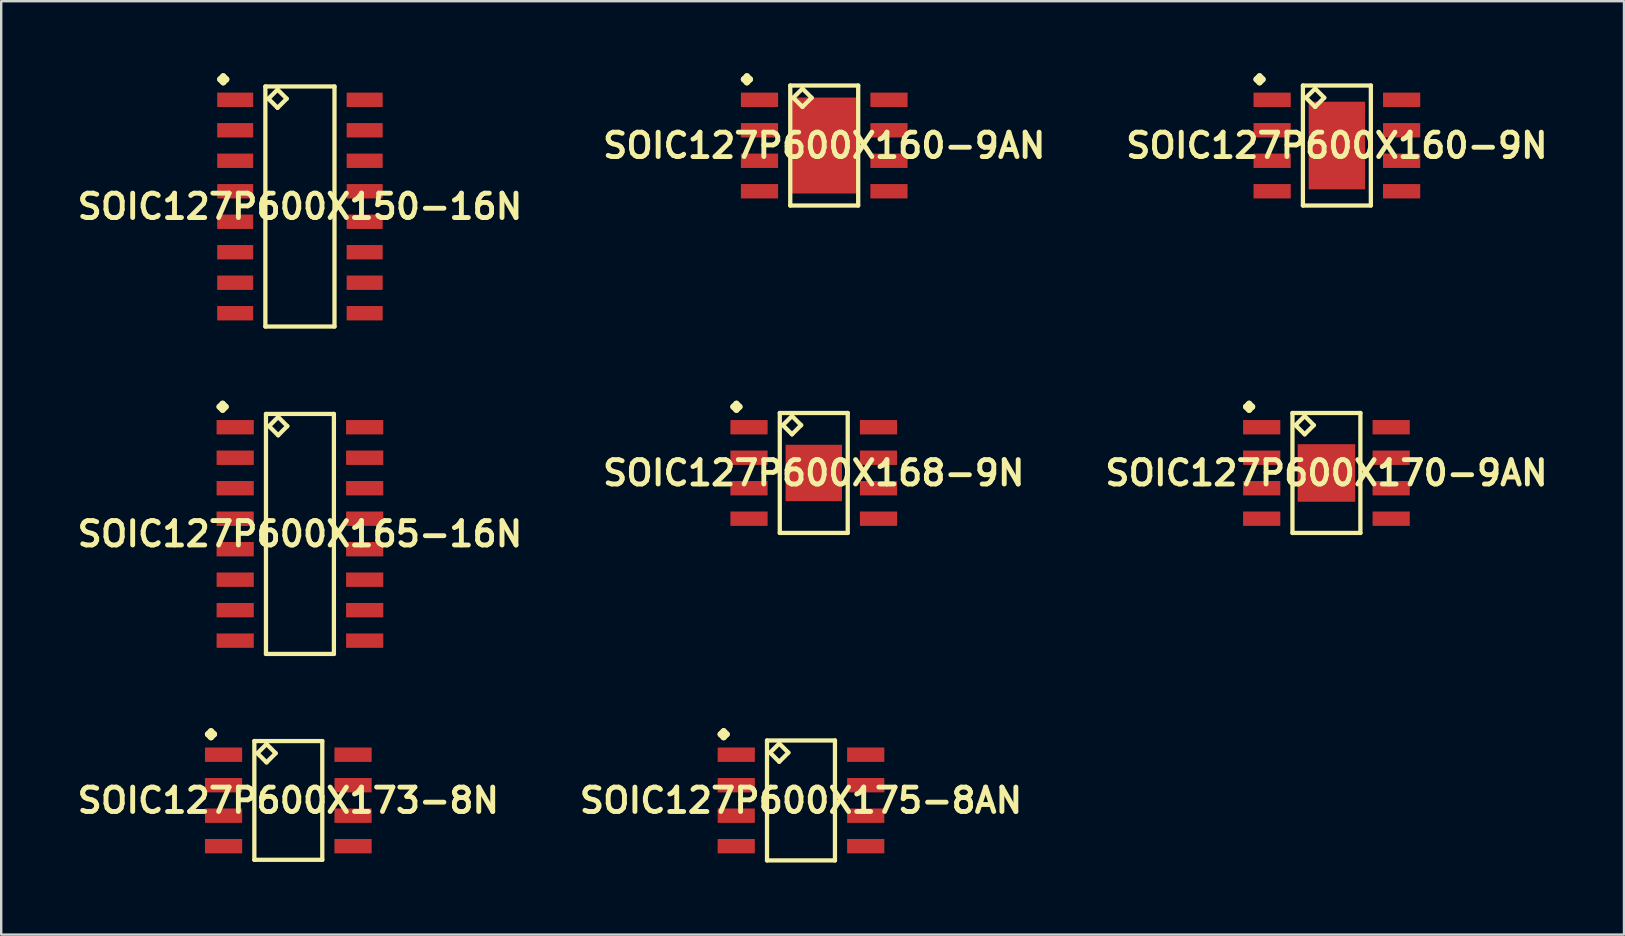
<source format=kicad_pcb>
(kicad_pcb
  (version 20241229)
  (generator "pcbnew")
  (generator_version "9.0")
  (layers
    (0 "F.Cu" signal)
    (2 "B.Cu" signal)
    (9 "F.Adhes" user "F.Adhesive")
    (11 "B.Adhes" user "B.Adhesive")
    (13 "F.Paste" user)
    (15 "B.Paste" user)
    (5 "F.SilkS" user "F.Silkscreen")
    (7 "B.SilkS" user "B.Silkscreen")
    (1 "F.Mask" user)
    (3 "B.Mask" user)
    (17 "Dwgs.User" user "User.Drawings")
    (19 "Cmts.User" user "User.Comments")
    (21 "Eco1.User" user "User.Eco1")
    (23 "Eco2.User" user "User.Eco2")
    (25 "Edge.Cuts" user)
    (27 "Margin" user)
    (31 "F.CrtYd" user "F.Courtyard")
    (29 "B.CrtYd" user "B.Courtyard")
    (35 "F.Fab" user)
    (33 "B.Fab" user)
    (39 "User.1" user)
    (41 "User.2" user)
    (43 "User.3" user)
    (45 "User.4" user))
  (footprint "SOIC127P600X168-9N"
    (layer "F.Cu")
    (at 30.848 16.652)
    (property "Reference" "SOIC127P600X168-9N" (at 0 0 0) (layer "F.SilkS") (effects (font (size 1.016 1.016) (thickness 0.203))))
    (attr smd)
    (fp_line (start -3.348 -2.758) (end -3.221 -2.885) (stroke (width 0.254) (type solid)) (layer "F.SilkS"))
    (fp_line (start -3.221 -2.885) (end -3.094 -2.758) (stroke (width 0.254) (type solid)) (layer "F.SilkS"))
    (fp_line (start -3.221 -2.631) (end -3.348 -2.758) (stroke (width 0.254) (type solid)) (layer "F.SilkS"))
    (fp_line (start -3.094 -2.758) (end -3.221 -2.631) (stroke (width 0.254) (type solid)) (layer "F.SilkS"))
    (fp_line (start -1.415 -2.499) (end -1.415 2.499) (stroke (width 0.178) (type solid)) (layer "F.SilkS"))
    (fp_line (start -1.415 2.499) (end 1.415 2.499) (stroke (width 0.178) (type solid)) (layer "F.SilkS"))
    (fp_line (start -1.288 -1.991) (end -0.907 -2.372) (stroke (width 0.178) (type solid)) (layer "F.SilkS"))
    (fp_line (start -0.907 -2.372) (end -0.526 -1.991) (stroke (width 0.178) (type solid)) (layer "F.SilkS"))
    (fp_line (start -0.907 -1.61) (end -1.288 -1.991) (stroke (width 0.178) (type solid)) (layer "F.SilkS"))
    (fp_line (start -0.526 -1.991) (end -0.907 -1.61) (stroke (width 0.178) (type solid)) (layer "F.SilkS"))
    (fp_line (start 1.415 -2.499) (end -1.415 -2.499) (stroke (width 0.178) (type solid)) (layer "F.SilkS"))
    (fp_line (start 1.415 2.499) (end 1.415 -2.499) (stroke (width 0.178) (type solid)) (layer "F.SilkS"))
    (pad "1" smd rect (at -2.697 -1.905) (size 1.549 0.599) (layers "F.Cu" "F.Mask" "F.Paste"))
    (pad "2" smd rect (at -2.697 -0.635) (size 1.549 0.599) (layers "F.Cu" "F.Mask" "F.Paste"))
    (pad "3" smd rect (at -2.697 0.635) (size 1.549 0.599) (layers "F.Cu" "F.Mask" "F.Paste"))
    (pad "4" smd rect (at -2.697 1.905) (size 1.549 0.599) (layers "F.Cu" "F.Mask" "F.Paste"))
    (pad "5" smd rect (at 2.697 1.905) (size 1.549 0.599) (layers "F.Cu" "F.Mask" "F.Paste"))
    (pad "6" smd rect (at 2.697 0.635) (size 1.549 0.599) (layers "F.Cu" "F.Mask" "F.Paste"))
    (pad "7" smd rect (at 2.697 -0.635) (size 1.549 0.599) (layers "F.Cu" "F.Mask" "F.Paste"))
    (pad "8" smd rect (at 2.697 -1.905) (size 1.549 0.599) (layers "F.Cu" "F.Mask" "F.Paste"))
    (pad "9" smd rect (at 0 0) (size 2.349 2.349) (layers "F.Cu" "F.Mask" "F.Paste")))
  (footprint "SOIC127P600X165-16N"
    (layer "F.Cu")
    (at 9.444 19.192)
    (property "Reference" "SOIC127P600X165-16N" (at 0 0 0) (layer "F.SilkS") (effects (font (size 1.016 1.016) (thickness 0.203))))
    (attr smd)
    (fp_line (start -3.348 -5.298) (end -3.221 -5.425) (stroke (width 0.254) (type solid)) (layer "F.SilkS"))
    (fp_line (start -3.221 -5.425) (end -3.094 -5.298) (stroke (width 0.254) (type solid)) (layer "F.SilkS"))
    (fp_line (start -3.221 -5.171) (end -3.348 -5.298) (stroke (width 0.254) (type solid)) (layer "F.SilkS"))
    (fp_line (start -3.094 -5.298) (end -3.221 -5.171) (stroke (width 0.254) (type solid)) (layer "F.SilkS"))
    (fp_line (start -1.415 -4.999) (end -1.415 4.999) (stroke (width 0.178) (type solid)) (layer "F.SilkS"))
    (fp_line (start -1.415 4.999) (end 1.415 4.999) (stroke (width 0.178) (type solid)) (layer "F.SilkS"))
    (fp_line (start -1.288 -4.491) (end -0.907 -4.872) (stroke (width 0.178) (type solid)) (layer "F.SilkS"))
    (fp_line (start -0.907 -4.872) (end -0.526 -4.491) (stroke (width 0.178) (type solid)) (layer "F.SilkS"))
    (fp_line (start -0.907 -4.11) (end -1.288 -4.491) (stroke (width 0.178) (type solid)) (layer "F.SilkS"))
    (fp_line (start -0.526 -4.491) (end -0.907 -4.11) (stroke (width 0.178) (type solid)) (layer "F.SilkS"))
    (fp_line (start 1.415 -4.999) (end -1.415 -4.999) (stroke (width 0.178) (type solid)) (layer "F.SilkS"))
    (fp_line (start 1.415 4.999) (end 1.415 -4.999) (stroke (width 0.178) (type solid)) (layer "F.SilkS"))
    (pad "1" smd rect (at -2.697 -4.445) (size 1.549 0.599) (layers "F.Cu" "F.Mask" "F.Paste"))
    (pad "2" smd rect (at -2.697 -3.175) (size 1.549 0.599) (layers "F.Cu" "F.Mask" "F.Paste"))
    (pad "3" smd rect (at -2.697 -1.905) (size 1.549 0.599) (layers "F.Cu" "F.Mask" "F.Paste"))
    (pad "4" smd rect (at -2.697 -0.635) (size 1.549 0.599) (layers "F.Cu" "F.Mask" "F.Paste"))
    (pad "5" smd rect (at -2.697 0.635) (size 1.549 0.599) (layers "F.Cu" "F.Mask" "F.Paste"))
    (pad "6" smd rect (at -2.697 1.905) (size 1.549 0.599) (layers "F.Cu" "F.Mask" "F.Paste"))
    (pad "7" smd rect (at -2.697 3.175) (size 1.549 0.599) (layers "F.Cu" "F.Mask" "F.Paste"))
    (pad "8" smd rect (at -2.697 4.445) (size 1.549 0.599) (layers "F.Cu" "F.Mask" "F.Paste"))
    (pad "9" smd rect (at 2.697 4.445) (size 1.549 0.599) (layers "F.Cu" "F.Mask" "F.Paste"))
    (pad "10" smd rect (at 2.697 3.175) (size 1.549 0.599) (layers "F.Cu" "F.Mask" "F.Paste"))
    (pad "11" smd rect (at 2.697 1.905) (size 1.549 0.599) (layers "F.Cu" "F.Mask" "F.Paste"))
    (pad "12" smd rect (at 2.697 0.635) (size 1.549 0.599) (layers "F.Cu" "F.Mask" "F.Paste"))
    (pad "13" smd rect (at 2.697 -0.635) (size 1.549 0.599) (layers "F.Cu" "F.Mask" "F.Paste"))
    (pad "14" smd rect (at 2.697 -1.905) (size 1.549 0.599) (layers "F.Cu" "F.Mask" "F.Paste"))
    (pad "15" smd rect (at 2.697 -3.175) (size 1.549 0.599) (layers "F.Cu" "F.Mask" "F.Paste"))
    (pad "16" smd rect (at 2.697 -4.445) (size 1.549 0.599) (layers "F.Cu" "F.Mask" "F.Paste")))
  (footprint "SOIC127P600X160-9N"
    (layer "F.Cu")
    (at 52.639 3.012)
    (property "Reference" "SOIC127P600X160-9N" (at 0 0 0) (layer "F.SilkS") (effects (font (size 1.016 1.016) (thickness 0.203))))
    (attr smd)
    (fp_line (start -3.348 -2.758) (end -3.221 -2.885) (stroke (width 0.254) (type solid)) (layer "F.SilkS"))
    (fp_line (start -3.221 -2.885) (end -3.094 -2.758) (stroke (width 0.254) (type solid)) (layer "F.SilkS"))
    (fp_line (start -3.221 -2.631) (end -3.348 -2.758) (stroke (width 0.254) (type solid)) (layer "F.SilkS"))
    (fp_line (start -3.094 -2.758) (end -3.221 -2.631) (stroke (width 0.254) (type solid)) (layer "F.SilkS"))
    (fp_line (start -1.415 -2.499) (end -1.415 2.499) (stroke (width 0.178) (type solid)) (layer "F.SilkS"))
    (fp_line (start -1.415 2.499) (end 1.415 2.499) (stroke (width 0.178) (type solid)) (layer "F.SilkS"))
    (fp_line (start -1.288 -1.991) (end -0.907 -2.372) (stroke (width 0.178) (type solid)) (layer "F.SilkS"))
    (fp_line (start -0.907 -2.372) (end -0.526 -1.991) (stroke (width 0.178) (type solid)) (layer "F.SilkS"))
    (fp_line (start -0.907 -1.61) (end -1.288 -1.991) (stroke (width 0.178) (type solid)) (layer "F.SilkS"))
    (fp_line (start -0.526 -1.991) (end -0.907 -1.61) (stroke (width 0.178) (type solid)) (layer "F.SilkS"))
    (fp_line (start 1.415 -2.499) (end -1.415 -2.499) (stroke (width 0.178) (type solid)) (layer "F.SilkS"))
    (fp_line (start 1.415 2.499) (end 1.415 -2.499) (stroke (width 0.178) (type solid)) (layer "F.SilkS"))
    (pad "1" smd rect (at -2.697 -1.905) (size 1.549 0.599) (layers "F.Cu" "F.Mask" "F.Paste"))
    (pad "2" smd rect (at -2.697 -0.635) (size 1.549 0.599) (layers "F.Cu" "F.Mask" "F.Paste"))
    (pad "3" smd rect (at -2.697 0.635) (size 1.549 0.599) (layers "F.Cu" "F.Mask" "F.Paste"))
    (pad "4" smd rect (at -2.697 1.905) (size 1.549 0.599) (layers "F.Cu" "F.Mask" "F.Paste"))
    (pad "5" smd rect (at 2.697 1.905) (size 1.549 0.599) (layers "F.Cu" "F.Mask" "F.Paste"))
    (pad "6" smd rect (at 2.697 0.635) (size 1.549 0.599) (layers "F.Cu" "F.Mask" "F.Paste"))
    (pad "7" smd rect (at 2.697 -0.635) (size 1.549 0.599) (layers "F.Cu" "F.Mask" "F.Paste"))
    (pad "8" smd rect (at 2.697 -1.905) (size 1.549 0.599) (layers "F.Cu" "F.Mask" "F.Paste"))
    (pad "9" smd rect (at 0 0) (size 2.349 3.65) (layers "F.Cu" "F.Mask" "F.Paste")))
  (footprint "SOIC127P600X160-9AN"
    (layer "F.Cu")
    (at 31.284 3.012)
    (property "Reference" "SOIC127P600X160-9AN" (at 0 0 0) (layer "F.SilkS") (effects (font (size 1.016 1.016) (thickness 0.203))))
    (attr smd)
    (fp_line (start -3.348 -2.758) (end -3.221 -2.885) (stroke (width 0.254) (type solid)) (layer "F.SilkS"))
    (fp_line (start -3.221 -2.885) (end -3.094 -2.758) (stroke (width 0.254) (type solid)) (layer "F.SilkS"))
    (fp_line (start -3.221 -2.631) (end -3.348 -2.758) (stroke (width 0.254) (type solid)) (layer "F.SilkS"))
    (fp_line (start -3.094 -2.758) (end -3.221 -2.631) (stroke (width 0.254) (type solid)) (layer "F.SilkS"))
    (fp_line (start -1.415 -2.499) (end -1.415 2.499) (stroke (width 0.178) (type solid)) (layer "F.SilkS"))
    (fp_line (start -1.415 2.499) (end 1.415 2.499) (stroke (width 0.178) (type solid)) (layer "F.SilkS"))
    (fp_line (start -1.288 -1.991) (end -0.907 -2.372) (stroke (width 0.178) (type solid)) (layer "F.SilkS"))
    (fp_line (start -0.907 -2.372) (end -0.526 -1.991) (stroke (width 0.178) (type solid)) (layer "F.SilkS"))
    (fp_line (start -0.907 -1.61) (end -1.288 -1.991) (stroke (width 0.178) (type solid)) (layer "F.SilkS"))
    (fp_line (start -0.526 -1.991) (end -0.907 -1.61) (stroke (width 0.178) (type solid)) (layer "F.SilkS"))
    (fp_line (start 1.415 -2.499) (end -1.415 -2.499) (stroke (width 0.178) (type solid)) (layer "F.SilkS"))
    (fp_line (start 1.415 2.499) (end 1.415 -2.499) (stroke (width 0.178) (type solid)) (layer "F.SilkS"))
    (pad "1" smd rect (at -2.697 -1.905) (size 1.549 0.599) (layers "F.Cu" "F.Mask" "F.Paste"))
    (pad "2" smd rect (at -2.697 -0.635) (size 1.549 0.599) (layers "F.Cu" "F.Mask" "F.Paste"))
    (pad "3" smd rect (at -2.697 0.635) (size 1.549 0.599) (layers "F.Cu" "F.Mask" "F.Paste"))
    (pad "4" smd rect (at -2.697 1.905) (size 1.549 0.599) (layers "F.Cu" "F.Mask" "F.Paste"))
    (pad "5" smd rect (at 2.697 1.905) (size 1.549 0.599) (layers "F.Cu" "F.Mask" "F.Paste"))
    (pad "6" smd rect (at 2.697 0.635) (size 1.549 0.599) (layers "F.Cu" "F.Mask" "F.Paste"))
    (pad "7" smd rect (at 2.697 -0.635) (size 1.549 0.599) (layers "F.Cu" "F.Mask" "F.Paste"))
    (pad "8" smd rect (at 2.697 -1.905) (size 1.549 0.599) (layers "F.Cu" "F.Mask" "F.Paste"))
    (pad "9" smd rect (at 0 0) (size 2.799 3.998) (layers "F.Cu" "F.Mask" "F.Paste")))
  (footprint "SOIC127P600X170-9AN"
    (layer "F.Cu")
    (at 52.204 16.652)
    (property "Reference" "SOIC127P600X170-9AN" (at 0 0 0) (layer "F.SilkS") (effects (font (size 1.016 1.016) (thickness 0.203))))
    (attr smd)
    (fp_line (start -3.348 -2.758) (end -3.221 -2.885) (stroke (width 0.254) (type solid)) (layer "F.SilkS"))
    (fp_line (start -3.221 -2.885) (end -3.094 -2.758) (stroke (width 0.254) (type solid)) (layer "F.SilkS"))
    (fp_line (start -3.221 -2.631) (end -3.348 -2.758) (stroke (width 0.254) (type solid)) (layer "F.SilkS"))
    (fp_line (start -3.094 -2.758) (end -3.221 -2.631) (stroke (width 0.254) (type solid)) (layer "F.SilkS"))
    (fp_line (start -1.415 -2.499) (end -1.415 2.499) (stroke (width 0.178) (type solid)) (layer "F.SilkS"))
    (fp_line (start -1.415 2.499) (end 1.415 2.499) (stroke (width 0.178) (type solid)) (layer "F.SilkS"))
    (fp_line (start -1.288 -1.991) (end -0.907 -2.372) (stroke (width 0.178) (type solid)) (layer "F.SilkS"))
    (fp_line (start -0.907 -2.372) (end -0.526 -1.991) (stroke (width 0.178) (type solid)) (layer "F.SilkS"))
    (fp_line (start -0.907 -1.61) (end -1.288 -1.991) (stroke (width 0.178) (type solid)) (layer "F.SilkS"))
    (fp_line (start -0.526 -1.991) (end -0.907 -1.61) (stroke (width 0.178) (type solid)) (layer "F.SilkS"))
    (fp_line (start 1.415 -2.499) (end -1.415 -2.499) (stroke (width 0.178) (type solid)) (layer "F.SilkS"))
    (fp_line (start 1.415 2.499) (end 1.415 -2.499) (stroke (width 0.178) (type solid)) (layer "F.SilkS"))
    (pad "1" smd rect (at -2.697 -1.905) (size 1.549 0.599) (layers "F.Cu" "F.Mask" "F.Paste"))
    (pad "2" smd rect (at -2.697 -0.635) (size 1.549 0.599) (layers "F.Cu" "F.Mask" "F.Paste"))
    (pad "3" smd rect (at -2.697 0.635) (size 1.549 0.599) (layers "F.Cu" "F.Mask" "F.Paste"))
    (pad "4" smd rect (at -2.697 1.905) (size 1.549 0.599) (layers "F.Cu" "F.Mask" "F.Paste"))
    (pad "5" smd rect (at 2.697 1.905) (size 1.549 0.599) (layers "F.Cu" "F.Mask" "F.Paste"))
    (pad "6" smd rect (at 2.697 0.635) (size 1.549 0.599) (layers "F.Cu" "F.Mask" "F.Paste"))
    (pad "7" smd rect (at 2.697 -0.635) (size 1.549 0.599) (layers "F.Cu" "F.Mask" "F.Paste"))
    (pad "8" smd rect (at 2.697 -1.905) (size 1.549 0.599) (layers "F.Cu" "F.Mask" "F.Paste"))
    (pad "9" smd rect (at 0 0) (size 2.398 2.398) (layers "F.Cu" "F.Mask" "F.Paste")))
  (footprint "SOIC127P600X173-8N"
    (layer "F.Cu")
    (at 8.96 30.293)
    (property "Reference" "SOIC127P600X173-8N" (at 0 0 0) (layer "F.SilkS") (effects (font (size 1.016 1.016) (thickness 0.203))))
    (attr smd)
    (fp_line (start -3.348 -2.758) (end -3.221 -2.885) (stroke (width 0.254) (type solid)) (layer "F.SilkS"))
    (fp_line (start -3.221 -2.885) (end -3.094 -2.758) (stroke (width 0.254) (type solid)) (layer "F.SilkS"))
    (fp_line (start -3.221 -2.631) (end -3.348 -2.758) (stroke (width 0.254) (type solid)) (layer "F.SilkS"))
    (fp_line (start -3.094 -2.758) (end -3.221 -2.631) (stroke (width 0.254) (type solid)) (layer "F.SilkS"))
    (fp_line (start -1.415 -2.474) (end -1.415 2.474) (stroke (width 0.178) (type solid)) (layer "F.SilkS"))
    (fp_line (start -1.415 2.474) (end 1.415 2.474) (stroke (width 0.178) (type solid)) (layer "F.SilkS"))
    (fp_line (start -1.288 -1.966) (end -0.907 -2.347) (stroke (width 0.178) (type solid)) (layer "F.SilkS"))
    (fp_line (start -0.907 -2.347) (end -0.526 -1.966) (stroke (width 0.178) (type solid)) (layer "F.SilkS"))
    (fp_line (start -0.907 -1.585) (end -1.288 -1.966) (stroke (width 0.178) (type solid)) (layer "F.SilkS"))
    (fp_line (start -0.526 -1.966) (end -0.907 -1.585) (stroke (width 0.178) (type solid)) (layer "F.SilkS"))
    (fp_line (start 1.415 -2.474) (end -1.415 -2.474) (stroke (width 0.178) (type solid)) (layer "F.SilkS"))
    (fp_line (start 1.415 2.474) (end 1.415 -2.474) (stroke (width 0.178) (type solid)) (layer "F.SilkS"))
    (pad "1" smd rect (at -2.697 -1.905) (size 1.549 0.599) (layers "F.Cu" "F.Mask" "F.Paste"))
    (pad "2" smd rect (at -2.697 -0.635) (size 1.549 0.599) (layers "F.Cu" "F.Mask" "F.Paste"))
    (pad "3" smd rect (at -2.697 0.635) (size 1.549 0.599) (layers "F.Cu" "F.Mask" "F.Paste"))
    (pad "4" smd rect (at -2.697 1.905) (size 1.549 0.599) (layers "F.Cu" "F.Mask" "F.Paste"))
    (pad "5" smd rect (at 2.697 1.905) (size 1.549 0.599) (layers "F.Cu" "F.Mask" "F.Paste"))
    (pad "6" smd rect (at 2.697 0.635) (size 1.549 0.599) (layers "F.Cu" "F.Mask" "F.Paste"))
    (pad "7" smd rect (at 2.697 -0.635) (size 1.549 0.599) (layers "F.Cu" "F.Mask" "F.Paste"))
    (pad "8" smd rect (at 2.697 -1.905) (size 1.549 0.599) (layers "F.Cu" "F.Mask" "F.Paste")))
  (footprint "SOIC127P600X175-8AN"
    (layer "F.Cu")
    (at 30.316 30.293)
    (property "Reference" "SOIC127P600X175-8AN" (at 0 0 0) (layer "F.SilkS") (effects (font (size 1.016 1.016) (thickness 0.203))))
    (attr smd)
    (fp_line (start -3.348 -2.758) (end -3.221 -2.885) (stroke (width 0.254) (type solid)) (layer "F.SilkS"))
    (fp_line (start -3.221 -2.885) (end -3.094 -2.758) (stroke (width 0.254) (type solid)) (layer "F.SilkS"))
    (fp_line (start -3.221 -2.631) (end -3.348 -2.758) (stroke (width 0.254) (type solid)) (layer "F.SilkS"))
    (fp_line (start -3.094 -2.758) (end -3.221 -2.631) (stroke (width 0.254) (type solid)) (layer "F.SilkS"))
    (fp_line (start -1.415 -2.499) (end -1.415 2.499) (stroke (width 0.178) (type solid)) (layer "F.SilkS"))
    (fp_line (start -1.415 2.499) (end 1.415 2.499) (stroke (width 0.178) (type solid)) (layer "F.SilkS"))
    (fp_line (start -1.288 -1.991) (end -0.907 -2.372) (stroke (width 0.178) (type solid)) (layer "F.SilkS"))
    (fp_line (start -0.907 -2.372) (end -0.526 -1.991) (stroke (width 0.178) (type solid)) (layer "F.SilkS"))
    (fp_line (start -0.907 -1.61) (end -1.288 -1.991) (stroke (width 0.178) (type solid)) (layer "F.SilkS"))
    (fp_line (start -0.526 -1.991) (end -0.907 -1.61) (stroke (width 0.178) (type solid)) (layer "F.SilkS"))
    (fp_line (start 1.415 -2.499) (end -1.415 -2.499) (stroke (width 0.178) (type solid)) (layer "F.SilkS"))
    (fp_line (start 1.415 2.499) (end 1.415 -2.499) (stroke (width 0.178) (type solid)) (layer "F.SilkS"))
    (pad "1" smd rect (at -2.697 -1.905) (size 1.549 0.599) (layers "F.Cu" "F.Mask" "F.Paste"))
    (pad "2" smd rect (at -2.697 -0.635) (size 1.549 0.599) (layers "F.Cu" "F.Mask" "F.Paste"))
    (pad "3" smd rect (at -2.697 0.635) (size 1.549 0.599) (layers "F.Cu" "F.Mask" "F.Paste"))
    (pad "4" smd rect (at -2.697 1.905) (size 1.549 0.599) (layers "F.Cu" "F.Mask" "F.Paste"))
    (pad "5" smd rect (at 2.697 1.905) (size 1.549 0.599) (layers "F.Cu" "F.Mask" "F.Paste"))
    (pad "6" smd rect (at 2.697 0.635) (size 1.549 0.599) (layers "F.Cu" "F.Mask" "F.Paste"))
    (pad "7" smd rect (at 2.697 -0.635) (size 1.549 0.599) (layers "F.Cu" "F.Mask" "F.Paste"))
    (pad "8" smd rect (at 2.697 -1.905) (size 1.549 0.599) (layers "F.Cu" "F.Mask" "F.Paste")))
  (footprint "SOIC127P600X150-16N"
    (layer "F.Cu")
    (at 9.444 5.552)
    (property "Reference" "SOIC127P600X150-16N" (at 0 0 0) (layer "F.SilkS") (effects (font (size 1.016 1.016) (thickness 0.203))))
    (attr smd)
    (fp_line (start -3.322 -5.298) (end -3.195 -5.425) (stroke (width 0.254) (type solid)) (layer "F.SilkS"))
    (fp_line (start -3.195 -5.425) (end -3.068 -5.298) (stroke (width 0.254) (type solid)) (layer "F.SilkS"))
    (fp_line (start -3.195 -5.171) (end -3.322 -5.298) (stroke (width 0.254) (type solid)) (layer "F.SilkS"))
    (fp_line (start -3.068 -5.298) (end -3.195 -5.171) (stroke (width 0.254) (type solid)) (layer "F.SilkS"))
    (fp_line (start -1.44 -4.999) (end -1.44 4.999) (stroke (width 0.178) (type solid)) (layer "F.SilkS"))
    (fp_line (start -1.44 4.999) (end 1.44 4.999) (stroke (width 0.178) (type solid)) (layer "F.SilkS"))
    (fp_line (start -1.313 -4.491) (end -0.932 -4.872) (stroke (width 0.178) (type solid)) (layer "F.SilkS"))
    (fp_line (start -0.932 -4.872) (end -0.551 -4.491) (stroke (width 0.178) (type solid)) (layer "F.SilkS"))
    (fp_line (start -0.932 -4.11) (end -1.313 -4.491) (stroke (width 0.178) (type solid)) (layer "F.SilkS"))
    (fp_line (start -0.551 -4.491) (end -0.932 -4.11) (stroke (width 0.178) (type solid)) (layer "F.SilkS"))
    (fp_line (start 1.44 -4.999) (end -1.44 -4.999) (stroke (width 0.178) (type solid)) (layer "F.SilkS"))
    (fp_line (start 1.44 4.999) (end 1.44 -4.999) (stroke (width 0.178) (type solid)) (layer "F.SilkS"))
    (pad "1" smd rect (at -2.697 -4.445) (size 1.499 0.599) (layers "F.Cu" "F.Mask" "F.Paste"))
    (pad "2" smd rect (at -2.697 -3.175) (size 1.499 0.599) (layers "F.Cu" "F.Mask" "F.Paste"))
    (pad "3" smd rect (at -2.697 -1.905) (size 1.499 0.599) (layers "F.Cu" "F.Mask" "F.Paste"))
    (pad "4" smd rect (at -2.697 -0.635) (size 1.499 0.599) (layers "F.Cu" "F.Mask" "F.Paste"))
    (pad "5" smd rect (at -2.697 0.635) (size 1.499 0.599) (layers "F.Cu" "F.Mask" "F.Paste"))
    (pad "6" smd rect (at -2.697 1.905) (size 1.499 0.599) (layers "F.Cu" "F.Mask" "F.Paste"))
    (pad "7" smd rect (at -2.697 3.175) (size 1.499 0.599) (layers "F.Cu" "F.Mask" "F.Paste"))
    (pad "8" smd rect (at -2.697 4.445) (size 1.499 0.599) (layers "F.Cu" "F.Mask" "F.Paste"))
    (pad "9" smd rect (at 2.697 4.445) (size 1.499 0.599) (layers "F.Cu" "F.Mask" "F.Paste"))
    (pad "10" smd rect (at 2.697 3.175) (size 1.499 0.599) (layers "F.Cu" "F.Mask" "F.Paste"))
    (pad "11" smd rect (at 2.697 1.905) (size 1.499 0.599) (layers "F.Cu" "F.Mask" "F.Paste"))
    (pad "12" smd rect (at 2.697 0.635) (size 1.499 0.599) (layers "F.Cu" "F.Mask" "F.Paste"))
    (pad "13" smd rect (at 2.697 -0.635) (size 1.499 0.599) (layers "F.Cu" "F.Mask" "F.Paste"))
    (pad "14" smd rect (at 2.697 -1.905) (size 1.499 0.599) (layers "F.Cu" "F.Mask" "F.Paste"))
    (pad "15" smd rect (at 2.697 -3.175) (size 1.499 0.599) (layers "F.Cu" "F.Mask" "F.Paste"))
    (pad "16" smd rect (at 2.697 -4.445) (size 1.499 0.599) (layers "F.Cu" "F.Mask" "F.Paste")))
  (gr_rect
    (start -3 -3)
    (end 64.599 35.881)
    (stroke (width 0.1) (type default))
    (fill no)
    (layer "Edge.Cuts")))
</source>
